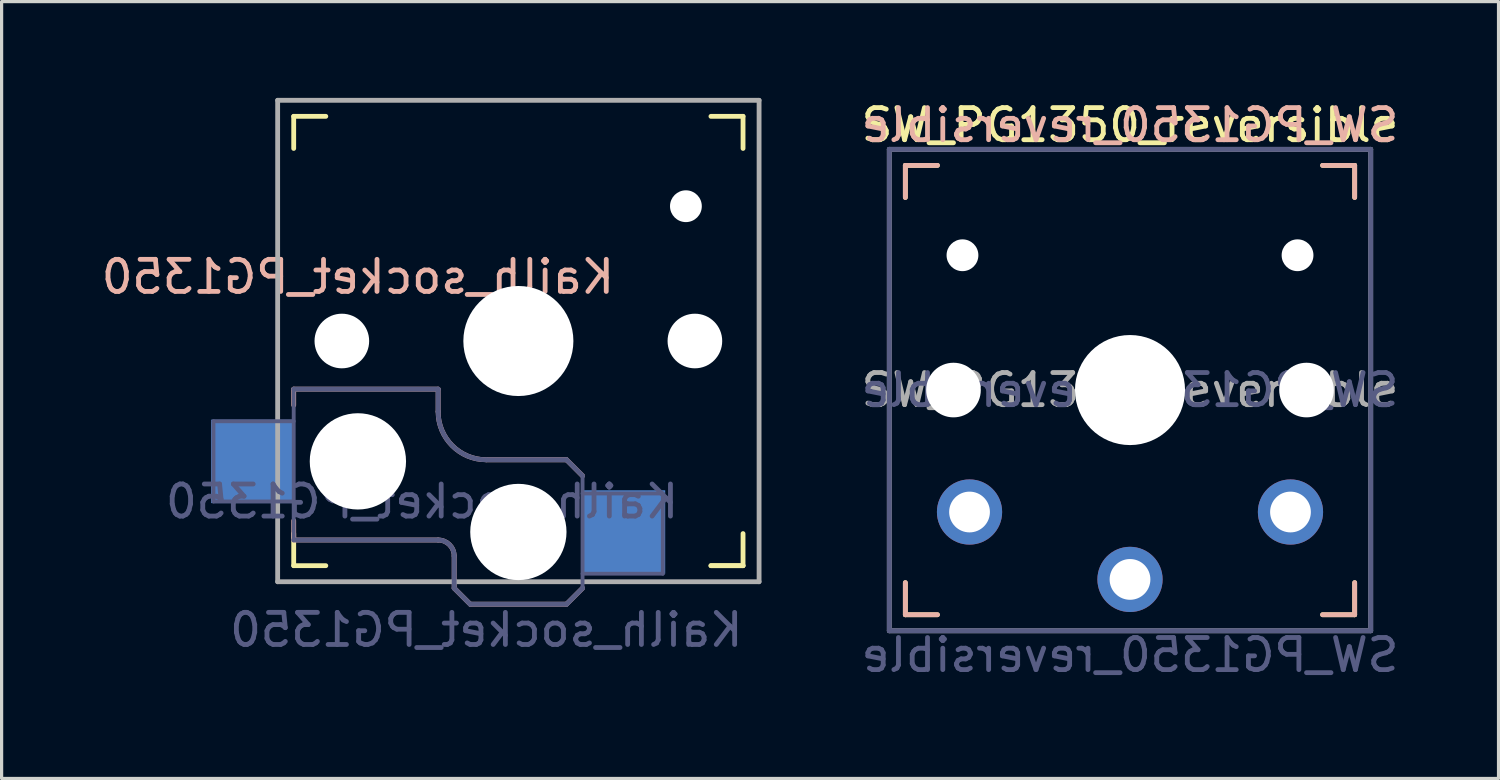
<source format=kicad_pcb>
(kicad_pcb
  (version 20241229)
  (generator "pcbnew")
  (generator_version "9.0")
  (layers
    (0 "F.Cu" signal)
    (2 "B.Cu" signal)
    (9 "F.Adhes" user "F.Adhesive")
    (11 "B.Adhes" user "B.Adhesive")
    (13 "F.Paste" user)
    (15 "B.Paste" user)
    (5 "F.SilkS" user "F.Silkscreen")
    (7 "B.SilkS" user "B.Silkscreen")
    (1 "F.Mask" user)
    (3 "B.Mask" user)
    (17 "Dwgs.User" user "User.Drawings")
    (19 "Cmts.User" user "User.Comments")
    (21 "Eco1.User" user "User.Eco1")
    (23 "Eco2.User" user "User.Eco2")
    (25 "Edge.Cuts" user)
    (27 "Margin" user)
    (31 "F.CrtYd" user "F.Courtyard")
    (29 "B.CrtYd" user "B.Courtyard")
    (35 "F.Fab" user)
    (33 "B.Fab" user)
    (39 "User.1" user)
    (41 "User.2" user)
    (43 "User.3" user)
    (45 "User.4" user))
  (footprint "Kailh_socket_PG1350"
    (layer "F.Cu")
    (at 13.101 7.575)
    (property "Reference" "Kailh_socket_PG1350" (at -5 -2 0) (layer "B.SilkS") (effects (font (size 1 1) (thickness 0.15)) (justify mirror)))
    (property "Value" "Kailh_socket_PG1350" (at 0 8.255 0) (layer "F.Fab") (hide yes) (effects (font (size 1 1) (thickness 0.15))))
    (attr smd)
    (fp_line (start -7 -6) (end -7 -7) (stroke (width 0.15) (type solid)) (layer "F.SilkS"))
    (fp_line (start -7 7) (end -7 6) (stroke (width 0.15) (type solid)) (layer "F.SilkS"))
    (fp_line (start -7 7) (end -6 7) (stroke (width 0.15) (type solid)) (layer "F.SilkS"))
    (fp_line (start -6 -7) (end -7 -7) (stroke (width 0.15) (type solid)) (layer "F.SilkS"))
    (fp_line (start 6 7) (end 7 7) (stroke (width 0.15) (type solid)) (layer "F.SilkS"))
    (fp_line (start 7 -7) (end 6 -7) (stroke (width 0.15) (type solid)) (layer "F.SilkS"))
    (fp_line (start 7 -7) (end 7 -6) (stroke (width 0.15) (type solid)) (layer "F.SilkS"))
    (fp_line (start 7 6) (end 7 7) (stroke (width 0.15) (type solid)) (layer "F.SilkS"))
    (fp_line (start 7 7) (end 6 7) (stroke (width 0.15) (type solid)) (layer "F.SilkS"))
    (fp_line (start -7 1.5) (end -7 2) (stroke (width 0.15) (type solid)) (layer "B.SilkS"))
    (fp_line (start -7 5.6) (end -7 6.2) (stroke (width 0.15) (type solid)) (layer "B.SilkS"))
    (fp_line (start -7 6.2) (end -2.5 6.2) (stroke (width 0.15) (type solid)) (layer "B.SilkS"))
    (fp_line (start -2.5 1.5) (end -7 1.5) (stroke (width 0.15) (type solid)) (layer "B.SilkS"))
    (fp_line (start -2.5 2.2) (end -2.5 1.5) (stroke (width 0.15) (type solid)) (layer "B.SilkS"))
    (fp_line (start -2 6.7) (end -2 7.7) (stroke (width 0.15) (type solid)) (layer "B.SilkS"))
    (fp_line (start -1.5 8.2) (end -2 7.7) (stroke (width 0.15) (type solid)) (layer "B.SilkS"))
    (fp_line (start 1.5 3.7) (end -1 3.7) (stroke (width 0.15) (type solid)) (layer "B.SilkS"))
    (fp_line (start 1.5 8.2) (end -1.5 8.2) (stroke (width 0.15) (type solid)) (layer "B.SilkS"))
    (fp_line (start 2 4.2) (end 1.5 3.7) (stroke (width 0.15) (type solid)) (layer "B.SilkS"))
    (fp_line (start 2 7.7) (end 1.5 8.2) (stroke (width 0.15) (type solid)) (layer "B.SilkS"))
    (fp_arc (start -2.5 6.2) (mid -2.146447 6.346447) (end -2 6.7) (stroke (width 0.15) (type solid)) (layer "B.SilkS"))
    (fp_arc (start -1 3.7) (mid -2.06066 3.26066) (end -2.5 2.2) (stroke (width 0.15) (type solid)) (layer "B.SilkS"))
    (fp_line (start -6.9 6.9) (end -6.9 -6.9) (stroke (width 0.15) (type solid)) (layer "Eco2.User"))
    (fp_line (start -6.9 6.9) (end 6.9 6.9) (stroke (width 0.15) (type solid)) (layer "Eco2.User"))
    (fp_line (start -2.6 -3.1) (end -2.6 -6.3) (stroke (width 0.15) (type solid)) (layer "Eco2.User"))
    (fp_line (start -2.6 -3.1) (end 2.6 -3.1) (stroke (width 0.15) (type solid)) (layer "Eco2.User"))
    (fp_line (start 2.6 -6.3) (end -2.6 -6.3) (stroke (width 0.15) (type solid)) (layer "Eco2.User"))
    (fp_line (start 2.6 -3.1) (end 2.6 -6.3) (stroke (width 0.15) (type solid)) (layer "Eco2.User"))
    (fp_line (start 6.9 -6.9) (end -6.9 -6.9) (stroke (width 0.15) (type solid)) (layer "Eco2.User"))
    (fp_line (start 6.9 -6.9) (end 6.9 6.9) (stroke (width 0.15) (type solid)) (layer "Eco2.User"))
    (fp_line (start -9.5 2.5) (end -7 2.5) (stroke (width 0.12) (type solid)) (layer "B.Fab"))
    (fp_line (start -9.5 5) (end -9.5 2.5) (stroke (width 0.12) (type solid)) (layer "B.Fab"))
    (fp_line (start -7 1.5) (end -7 6.2) (stroke (width 0.12) (type solid)) (layer "B.Fab"))
    (fp_line (start -7 5) (end -9.5 5) (stroke (width 0.12) (type solid)) (layer "B.Fab"))
    (fp_line (start -7 6.2) (end -2.5 6.2) (stroke (width 0.15) (type solid)) (layer "B.Fab"))
    (fp_line (start -2.5 1.5) (end -7 1.5) (stroke (width 0.15) (type solid)) (layer "B.Fab"))
    (fp_line (start -2.5 2.2) (end -2.5 1.5) (stroke (width 0.15) (type solid)) (layer "B.Fab"))
    (fp_line (start -2 6.7) (end -2 7.7) (stroke (width 0.15) (type solid)) (layer "B.Fab"))
    (fp_line (start -1.5 8.2) (end -2 7.7) (stroke (width 0.15) (type solid)) (layer "B.Fab"))
    (fp_line (start 1.5 3.7) (end -1 3.7) (stroke (width 0.15) (type solid)) (layer "B.Fab"))
    (fp_line (start 1.5 8.2) (end -1.5 8.2) (stroke (width 0.15) (type solid)) (layer "B.Fab"))
    (fp_line (start 2 4.2) (end 1.5 3.7) (stroke (width 0.15) (type solid)) (layer "B.Fab"))
    (fp_line (start 2 4.25) (end 2 7.7) (stroke (width 0.12) (type solid)) (layer "B.Fab"))
    (fp_line (start 2 4.75) (end 4.5 4.75) (stroke (width 0.12) (type solid)) (layer "B.Fab"))
    (fp_line (start 2 7.7) (end 1.5 8.2) (stroke (width 0.15) (type solid)) (layer "B.Fab"))
    (fp_line (start 4.5 4.75) (end 4.5 7.25) (stroke (width 0.12) (type solid)) (layer "B.Fab"))
    (fp_line (start 4.5 7.25) (end 2 7.25) (stroke (width 0.12) (type solid)) (layer "B.Fab"))
    (fp_arc (start -2.5 6.2) (mid -2.146447 6.346447) (end -2 6.7) (stroke (width 0.15) (type solid)) (layer "B.Fab"))
    (fp_arc (start -1 3.7) (mid -2.06066 3.26066) (end -2.5 2.2) (stroke (width 0.15) (type solid)) (layer "B.Fab"))
    (fp_line (start -7.5 -7.5) (end 7.5 -7.5) (stroke (width 0.15) (type solid)) (layer "F.Fab"))
    (fp_line (start -7.5 7.5) (end -7.5 -7.5) (stroke (width 0.15) (type solid)) (layer "F.Fab"))
    (fp_line (start 7.5 -7.5) (end 7.5 7.5) (stroke (width 0.15) (type solid)) (layer "F.Fab"))
    (fp_line (start 7.5 7.5) (end -7.5 7.5) (stroke (width 0.15) (type solid)) (layer "F.Fab"))
    (fp_text user "${VALUE}" (at -1 9 0) (layer "B.Fab") (effects (font (size 1 1) (thickness 0.15)) (justify mirror)))
    (fp_text user "${REFERENCE}" (at -3 5 0) (layer "B.Fab") (effects (font (size 1 1) (thickness 0.15)) (justify mirror)))
    (pad "" np_thru_hole circle (at -5.5 0) (size 1.702 1.702) (drill 1.702) (layers "*.Cu" "*.Mask"))
    (pad "" np_thru_hole circle (at -5 3.75) (size 3 3) (drill 3) (layers "*.Cu" "*.Mask"))
    (pad "" np_thru_hole circle (at 0 0) (size 3.429 3.429) (drill 3.429) (layers "*.Cu" "*.Mask"))
    (pad "" np_thru_hole circle (at 0 5.95) (size 3 3) (drill 3) (layers "*.Cu" "*.Mask"))
    (pad "" np_thru_hole circle (at 5.22 -4.2) (size 0.991 0.991) (drill 0.991) (layers "*.Cu" "*.Mask"))
    (pad "" np_thru_hole circle (at 5.5 0) (size 1.702 1.702) (drill 1.702) (layers "*.Cu" "*.Mask"))
    (pad "1" smd rect (at 3.275 5.95) (size 2.6 2.6) (layers "B.Cu" "B.Mask" "B.Paste"))
    (pad "2" smd rect (at -8.275 3.75) (size 2.6 2.6) (layers "B.Cu" "B.Mask" "B.Paste")))
  (footprint "SW_PG1350_reversible"
    (layer "F.Cu")
    (at 32.158 9.103)
    (property "Reference" "SW_PG1350_reversible" (at 0 -8.255 0) (layer "F.SilkS") (effects (font (size 1 1) (thickness 0.15))))
    (property "Value" "SW_PG1350_reversible" (at 0 8.255 0) (layer "F.Fab") (hide yes) (effects (font (size 1 1) (thickness 0.15))))
    (attr through_hole)
    (fp_line (start -7 -7) (end -6 -7) (stroke (width 0.15) (type solid)) (layer "F.SilkS"))
    (fp_line (start -7 -6) (end -7 -7) (stroke (width 0.15) (type solid)) (layer "F.SilkS"))
    (fp_line (start -7 7) (end -7 6) (stroke (width 0.15) (type solid)) (layer "F.SilkS"))
    (fp_line (start -6 7) (end -7 7) (stroke (width 0.15) (type solid)) (layer "F.SilkS"))
    (fp_line (start 6 -7) (end 7 -7) (stroke (width 0.15) (type solid)) (layer "F.SilkS"))
    (fp_line (start 7 -7) (end 7 -6) (stroke (width 0.15) (type solid)) (layer "F.SilkS"))
    (fp_line (start 7 6) (end 7 7) (stroke (width 0.15) (type solid)) (layer "F.SilkS"))
    (fp_line (start 7 7) (end 6 7) (stroke (width 0.15) (type solid)) (layer "F.SilkS"))
    (fp_line (start -7 -7) (end -6 -7) (stroke (width 0.15) (type solid)) (layer "B.SilkS"))
    (fp_line (start -7 -6) (end -7 -7) (stroke (width 0.15) (type solid)) (layer "B.SilkS"))
    (fp_line (start -7 7) (end -7 6) (stroke (width 0.15) (type solid)) (layer "B.SilkS"))
    (fp_line (start -6 7) (end -7 7) (stroke (width 0.15) (type solid)) (layer "B.SilkS"))
    (fp_line (start 6 -7) (end 7 -7) (stroke (width 0.15) (type solid)) (layer "B.SilkS"))
    (fp_line (start 7 -7) (end 7 -6) (stroke (width 0.15) (type solid)) (layer "B.SilkS"))
    (fp_line (start 7 6) (end 7 7) (stroke (width 0.15) (type solid)) (layer "B.SilkS"))
    (fp_line (start 7 7) (end 6 7) (stroke (width 0.15) (type solid)) (layer "B.SilkS"))
    (fp_line (start -6.9 6.9) (end -6.9 -6.9) (stroke (width 0.15) (type solid)) (layer "Eco2.User"))
    (fp_line (start -6.9 6.9) (end 6.9 6.9) (stroke (width 0.15) (type solid)) (layer "Eco2.User"))
    (fp_line (start -2.6 -3.1) (end -2.6 -6.3) (stroke (width 0.15) (type solid)) (layer "Eco2.User"))
    (fp_line (start -2.6 -3.1) (end 2.6 -3.1) (stroke (width 0.15) (type solid)) (layer "Eco2.User"))
    (fp_line (start 2.6 -6.3) (end -2.6 -6.3) (stroke (width 0.15) (type solid)) (layer "Eco2.User"))
    (fp_line (start 2.6 -3.1) (end 2.6 -6.3) (stroke (width 0.15) (type solid)) (layer "Eco2.User"))
    (fp_line (start 6.9 -6.9) (end -6.9 -6.9) (stroke (width 0.15) (type solid)) (layer "Eco2.User"))
    (fp_line (start 6.9 -6.9) (end 6.9 6.9) (stroke (width 0.15) (type solid)) (layer "Eco2.User"))
    (fp_line (start -7.5 -7.5) (end 7.5 -7.5) (stroke (width 0.15) (type solid)) (layer "B.Fab"))
    (fp_line (start -7.5 7.5) (end -7.5 -7.5) (stroke (width 0.15) (type solid)) (layer "B.Fab"))
    (fp_line (start 7.5 -7.5) (end 7.5 7.5) (stroke (width 0.15) (type solid)) (layer "B.Fab"))
    (fp_line (start 7.5 7.5) (end -7.5 7.5) (stroke (width 0.15) (type solid)) (layer "B.Fab"))
    (fp_line (start -7.5 -7.5) (end 7.5 -7.5) (stroke (width 0.15) (type solid)) (layer "F.Fab"))
    (fp_line (start -7.5 7.5) (end -7.5 -7.5) (stroke (width 0.15) (type solid)) (layer "F.Fab"))
    (fp_line (start 7.5 -7.5) (end 7.5 7.5) (stroke (width 0.15) (type solid)) (layer "F.Fab"))
    (fp_line (start 7.5 7.5) (end -7.5 7.5) (stroke (width 0.15) (type solid)) (layer "F.Fab"))
    (fp_text user "${REFERENCE}" (at 0 -8.255 0) (layer "B.SilkS") (effects (font (size 1 1) (thickness 0.15)) (justify mirror)))
    (fp_text user "${REFERENCE}" (at 0 0 0) (layer "B.Fab") (effects (font (size 1 1) (thickness 0.15)) (justify mirror)))
    (fp_text user "${VALUE}" (at 0 8.255 0) (layer "B.Fab") (effects (font (size 1 1) (thickness 0.15)) (justify mirror)))
    (fp_text user "${REFERENCE}" (at 0 0 0) (layer "F.Fab") (effects (font (size 1 1) (thickness 0.15))))
    (pad "" np_thru_hole circle (at -5.5 0) (size 1.702 1.702) (drill 1.702) (layers "*.Cu" "*.Mask"))
    (pad "" np_thru_hole circle (at -5.22 -4.2) (size 0.991 0.991) (drill 0.991) (layers "*.Cu" "*.Mask"))
    (pad "" np_thru_hole circle (at 0 0) (size 3.429 3.429) (drill 3.429) (layers "*.Cu" "*.Mask"))
    (pad "" np_thru_hole circle (at 5.22 -4.2) (size 0.991 0.991) (drill 0.991) (layers "*.Cu" "*.Mask"))
    (pad "" np_thru_hole circle (at 5.5 0) (size 1.702 1.702) (drill 1.702) (layers "*.Cu" "*.Mask"))
    (pad "1" thru_hole circle (at 0 5.9) (size 2.032 2.032) (drill 1.27) (layers "*.Cu" "*.Mask"))
    (pad "2" thru_hole circle (at -5 3.8) (size 2.032 2.032) (drill 1.27) (layers "*.Cu" "*.Mask"))
    (pad "2" thru_hole circle (at 5 3.8) (size 2.032 2.032) (drill 1.27) (layers "*.Cu" "*.Mask")))
  (gr_rect
    (start -3 -3)
    (end 43.64 21.206)
    (stroke (width 0.1) (type default))
    (fill no)
    (layer "Edge.Cuts")))
</source>
